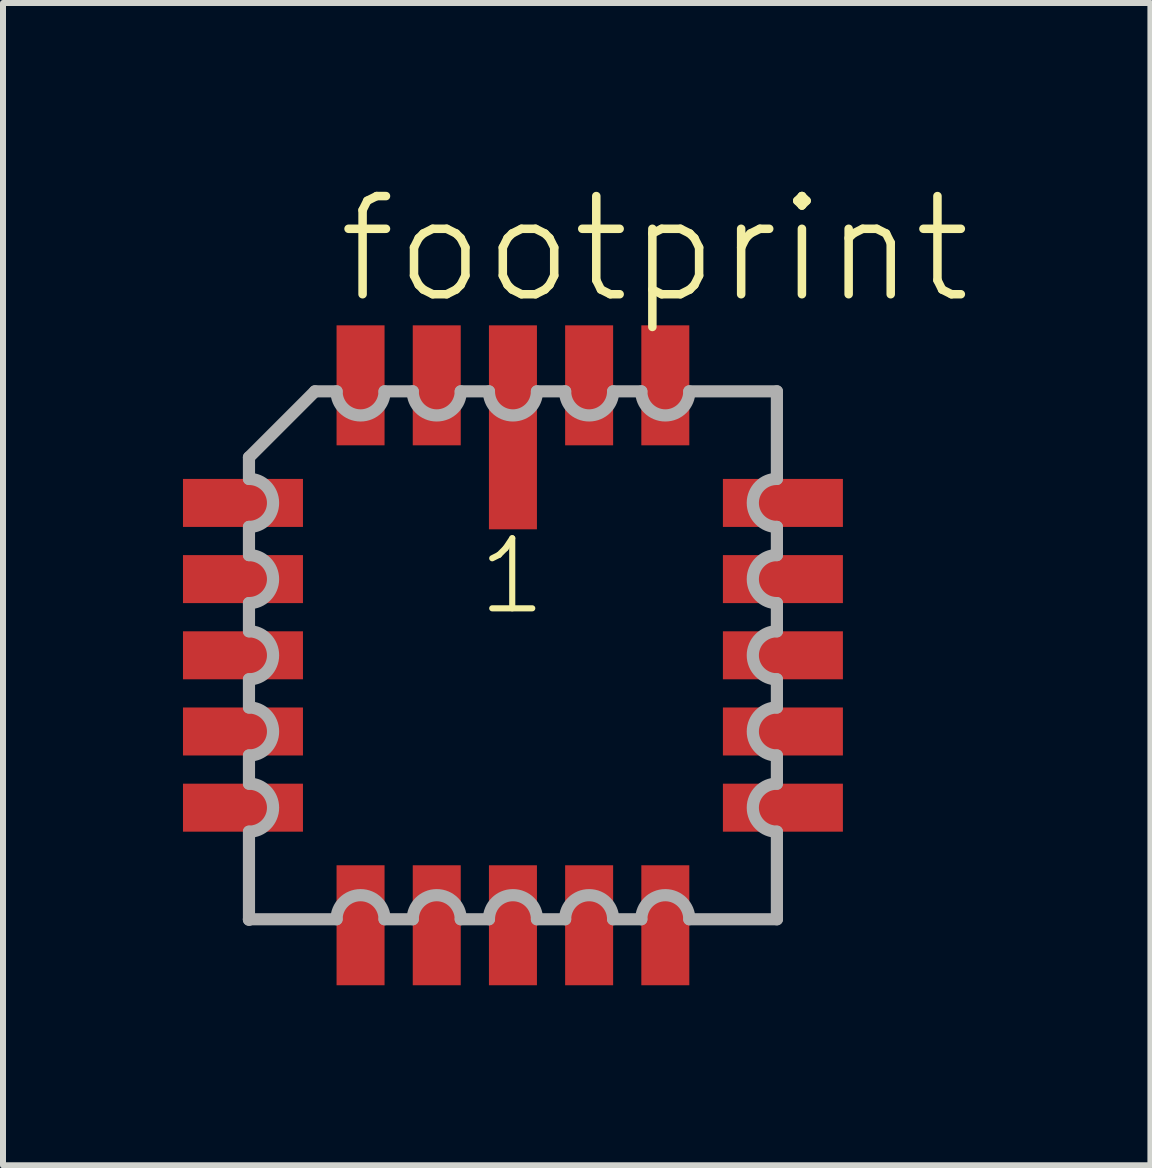
<source format=kicad_pcb>
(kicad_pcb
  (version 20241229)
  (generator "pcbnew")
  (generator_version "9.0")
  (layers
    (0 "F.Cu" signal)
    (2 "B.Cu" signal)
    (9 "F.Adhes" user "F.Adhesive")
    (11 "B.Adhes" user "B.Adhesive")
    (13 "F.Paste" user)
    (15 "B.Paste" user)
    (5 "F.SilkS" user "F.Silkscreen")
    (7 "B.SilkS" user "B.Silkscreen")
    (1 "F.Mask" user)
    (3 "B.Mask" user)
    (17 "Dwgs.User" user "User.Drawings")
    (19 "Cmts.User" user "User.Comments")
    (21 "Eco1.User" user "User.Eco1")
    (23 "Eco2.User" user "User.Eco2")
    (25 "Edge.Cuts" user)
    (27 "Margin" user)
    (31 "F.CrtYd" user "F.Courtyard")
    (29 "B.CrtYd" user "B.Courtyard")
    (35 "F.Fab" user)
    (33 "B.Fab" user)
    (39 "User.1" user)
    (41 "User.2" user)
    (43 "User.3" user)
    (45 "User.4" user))
  (footprint "footprint"
    (layer "F.Cu")
    (at 5.5 7.873)
    (property "Reference" "footprint" (at -2.989 -5.811 0) (layer "F.SilkS") (effects (font (size 1.636 1.636) (thickness 0.142)) (justify left bottom)))
    (fp_line (start -4.4 -3.3) (end -4.4 -2.94) (stroke (width 0.203) (type solid)) (layer "F.Fab"))
    (fp_line (start -4.4 -2.14) (end -4.4 -1.67) (stroke (width 0.203) (type solid)) (layer "F.Fab"))
    (fp_line (start -4.4 -0.87) (end -4.4 -0.4) (stroke (width 0.203) (type solid)) (layer "F.Fab"))
    (fp_line (start -4.4 0.4) (end -4.4 0.87) (stroke (width 0.203) (type solid)) (layer "F.Fab"))
    (fp_line (start -4.4 1.67) (end -4.4 2.14) (stroke (width 0.203) (type solid)) (layer "F.Fab"))
    (fp_line (start -4.4 2.94) (end -4.4 4.4) (stroke (width 0.203) (type solid)) (layer "F.Fab"))
    (fp_line (start -4.4 4.4) (end -4.4 4.41) (stroke (width 0.203) (type solid)) (layer "F.Fab"))
    (fp_line (start -4.4 4.4) (end -2.94 4.4) (stroke (width 0.203) (type solid)) (layer "F.Fab"))
    (fp_line (start -3.3 -4.4) (end -4.4 -3.3) (stroke (width 0.203) (type solid)) (layer "F.Fab"))
    (fp_line (start -2.94 -4.4) (end -3.3 -4.4) (stroke (width 0.203) (type solid)) (layer "F.Fab"))
    (fp_line (start -2.14 4.4) (end -1.67 4.4) (stroke (width 0.203) (type solid)) (layer "F.Fab"))
    (fp_line (start -1.67 -4.4) (end -2.14 -4.4) (stroke (width 0.203) (type solid)) (layer "F.Fab"))
    (fp_line (start -0.87 4.4) (end -0.4 4.4) (stroke (width 0.203) (type solid)) (layer "F.Fab"))
    (fp_line (start -0.4 -4.4) (end -0.87 -4.4) (stroke (width 0.203) (type solid)) (layer "F.Fab"))
    (fp_line (start 0.4 4.4) (end 0.87 4.4) (stroke (width 0.203) (type solid)) (layer "F.Fab"))
    (fp_line (start 0.87 -4.4) (end 0.4 -4.4) (stroke (width 0.203) (type solid)) (layer "F.Fab"))
    (fp_line (start 1.67 4.4) (end 2.14 4.4) (stroke (width 0.203) (type solid)) (layer "F.Fab"))
    (fp_line (start 2.14 -4.4) (end 1.67 -4.4) (stroke (width 0.203) (type solid)) (layer "F.Fab"))
    (fp_line (start 2.94 4.4) (end 4.4 4.4) (stroke (width 0.203) (type solid)) (layer "F.Fab"))
    (fp_line (start 4.4 -4.4) (end 2.94 -4.4) (stroke (width 0.203) (type solid)) (layer "F.Fab"))
    (fp_line (start 4.4 -2.94) (end 4.4 -4.4) (stroke (width 0.203) (type solid)) (layer "F.Fab"))
    (fp_line (start 4.4 -1.67) (end 4.4 -2.14) (stroke (width 0.203) (type solid)) (layer "F.Fab"))
    (fp_line (start 4.4 -0.4) (end 4.4 -0.87) (stroke (width 0.203) (type solid)) (layer "F.Fab"))
    (fp_line (start 4.4 0.87) (end 4.4 0.4) (stroke (width 0.203) (type solid)) (layer "F.Fab"))
    (fp_line (start 4.4 2.14) (end 4.4 1.67) (stroke (width 0.203) (type solid)) (layer "F.Fab"))
    (fp_line (start 4.4 4.4) (end 4.4 2.94) (stroke (width 0.203) (type solid)) (layer "F.Fab"))
    (fp_arc (start -4.3985 -2.94) (mid -3.9985 -2.54) (end -4.3985 -2.14) (stroke (width 0.2032) (type solid)) (layer "F.Fab"))
    (fp_arc (start -4.3985 -1.67) (mid -3.9985 -1.27) (end -4.3985 -0.87) (stroke (width 0.2032) (type solid)) (layer "F.Fab"))
    (fp_arc (start -4.3985 -0.4001) (mid -3.9984 0) (end -4.3985 0.4001) (stroke (width 0.2032) (type solid)) (layer "F.Fab"))
    (fp_arc (start -4.3985 0.8699) (mid -3.9984 1.27) (end -4.3985 1.6701) (stroke (width 0.2032) (type solid)) (layer "F.Fab"))
    (fp_arc (start -4.3985 2.1399) (mid -3.9984 2.54) (end -4.3985 2.9401) (stroke (width 0.2032) (type solid)) (layer "F.Fab"))
    (fp_arc (start -2.9401 4.3985) (mid -2.54 3.9984) (end -2.1399 4.3985) (stroke (width 0.2032) (type solid)) (layer "F.Fab"))
    (fp_arc (start -2.1399 -4.3985) (mid -2.54 -3.9984) (end -2.9401 -4.3985) (stroke (width 0.2032) (type solid)) (layer "F.Fab"))
    (fp_arc (start -1.6701 4.3985) (mid -1.27 3.9984) (end -0.8699 4.3985) (stroke (width 0.2032) (type solid)) (layer "F.Fab"))
    (fp_arc (start -0.8699 -4.3985) (mid -1.27 -3.9984) (end -1.6701 -4.3985) (stroke (width 0.2032) (type solid)) (layer "F.Fab"))
    (fp_arc (start -0.4001 4.3985) (mid 0 3.9984) (end 0.4001 4.3985) (stroke (width 0.2032) (type solid)) (layer "F.Fab"))
    (fp_arc (start 0.4001 -4.3985) (mid 0 -3.9984) (end -0.4001 -4.3985) (stroke (width 0.2032) (type solid)) (layer "F.Fab"))
    (fp_arc (start 0.87 4.3985) (mid 1.27 3.9985) (end 1.67 4.3985) (stroke (width 0.2032) (type solid)) (layer "F.Fab"))
    (fp_arc (start 1.67 -4.3985) (mid 1.27 -3.9985) (end 0.87 -4.3985) (stroke (width 0.2032) (type solid)) (layer "F.Fab"))
    (fp_arc (start 2.14 4.3985) (mid 2.54 3.9985) (end 2.94 4.3985) (stroke (width 0.2032) (type solid)) (layer "F.Fab"))
    (fp_arc (start 2.94 -4.3985) (mid 2.54 -3.9985) (end 2.14 -4.3985) (stroke (width 0.2032) (type solid)) (layer "F.Fab"))
    (fp_arc (start 4.3985 -2.1399) (mid 3.9984 -2.54) (end 4.3985 -2.9401) (stroke (width 0.2032) (type solid)) (layer "F.Fab"))
    (fp_arc (start 4.3985 -0.8699) (mid 3.9984 -1.27) (end 4.3985 -1.6701) (stroke (width 0.2032) (type solid)) (layer "F.Fab"))
    (fp_arc (start 4.3985 0.4001) (mid 3.9984 0) (end 4.3985 -0.4001) (stroke (width 0.2032) (type solid)) (layer "F.Fab"))
    (fp_arc (start 4.3985 1.67) (mid 3.9985 1.27) (end 4.3985 0.87) (stroke (width 0.2032) (type solid)) (layer "F.Fab"))
    (fp_arc (start 4.3985 2.94) (mid 3.9985 2.54) (end 4.3985 2.14) (stroke (width 0.2032) (type solid)) (layer "F.Fab"))
    (fp_text user "1" (at -0.635 -0.635 0) (layer "F.SilkS") (effects (font (size 1.168 1.168) (thickness 0.102)) (justify left bottom)))
    (pad "1" smd rect (at 0 -3.8) (size 0.8 3.4) (layers "F.Cu" "F.Mask" "F.Paste"))
    (pad "2" smd rect (at -1.27 -4.5) (size 0.8 2) (layers "F.Cu" "F.Mask" "F.Paste"))
    (pad "3" smd rect (at -2.54 -4.5) (size 0.8 2) (layers "F.Cu" "F.Mask" "F.Paste"))
    (pad "4" smd rect (at -4.5 -2.54) (size 2 0.8) (layers "F.Cu" "F.Mask" "F.Paste"))
    (pad "5" smd rect (at -4.5 -1.27) (size 2 0.8) (layers "F.Cu" "F.Mask" "F.Paste"))
    (pad "6" smd rect (at -4.5 0) (size 2 0.8) (layers "F.Cu" "F.Mask" "F.Paste"))
    (pad "7" smd rect (at -4.5 1.27) (size 2 0.8) (layers "F.Cu" "F.Mask" "F.Paste"))
    (pad "8" smd rect (at -4.5 2.54) (size 2 0.8) (layers "F.Cu" "F.Mask" "F.Paste"))
    (pad "9" smd rect (at -2.54 4.5) (size 0.8 2) (layers "F.Cu" "F.Mask" "F.Paste"))
    (pad "10" smd rect (at -1.27 4.5) (size 0.8 2) (layers "F.Cu" "F.Mask" "F.Paste"))
    (pad "11" smd rect (at 0 4.5) (size 0.8 2) (layers "F.Cu" "F.Mask" "F.Paste"))
    (pad "12" smd rect (at 1.27 4.5) (size 0.8 2) (layers "F.Cu" "F.Mask" "F.Paste"))
    (pad "13" smd rect (at 2.54 4.5) (size 0.8 2) (layers "F.Cu" "F.Mask" "F.Paste"))
    (pad "14" smd rect (at 4.5 2.54) (size 2 0.8) (layers "F.Cu" "F.Mask" "F.Paste"))
    (pad "15" smd rect (at 4.5 1.27) (size 2 0.8) (layers "F.Cu" "F.Mask" "F.Paste"))
    (pad "16" smd rect (at 4.5 0) (size 2 0.8) (layers "F.Cu" "F.Mask" "F.Paste"))
    (pad "17" smd rect (at 4.5 -1.27) (size 2 0.8) (layers "F.Cu" "F.Mask" "F.Paste"))
    (pad "18" smd rect (at 4.5 -2.54) (size 2 0.8) (layers "F.Cu" "F.Mask" "F.Paste"))
    (pad "19" smd rect (at 2.54 -4.5) (size 0.8 2) (layers "F.Cu" "F.Mask" "F.Paste"))
    (pad "20" smd rect (at 1.27 -4.5) (size 0.8 2) (layers "F.Cu" "F.Mask" "F.Paste")))
  (gr_rect
    (start -3 -3)
    (end 16.126 16.374)
    (stroke (width 0.1) (type default))
    (fill no)
    (layer "Edge.Cuts")))
</source>
